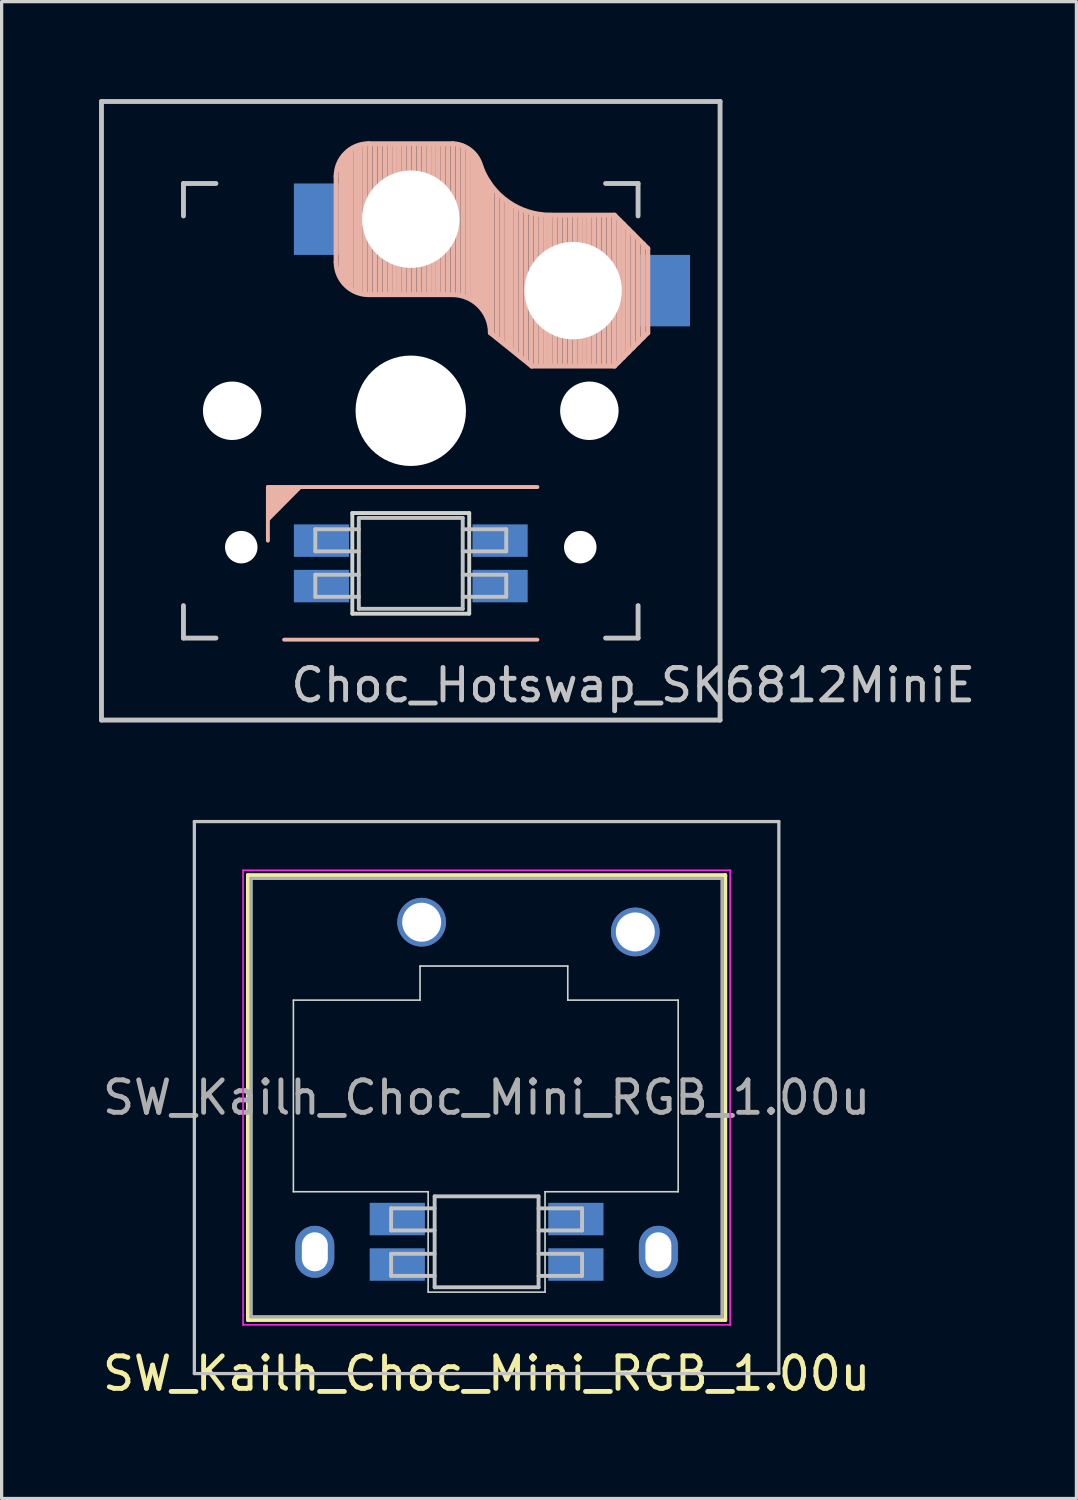
<source format=kicad_pcb>
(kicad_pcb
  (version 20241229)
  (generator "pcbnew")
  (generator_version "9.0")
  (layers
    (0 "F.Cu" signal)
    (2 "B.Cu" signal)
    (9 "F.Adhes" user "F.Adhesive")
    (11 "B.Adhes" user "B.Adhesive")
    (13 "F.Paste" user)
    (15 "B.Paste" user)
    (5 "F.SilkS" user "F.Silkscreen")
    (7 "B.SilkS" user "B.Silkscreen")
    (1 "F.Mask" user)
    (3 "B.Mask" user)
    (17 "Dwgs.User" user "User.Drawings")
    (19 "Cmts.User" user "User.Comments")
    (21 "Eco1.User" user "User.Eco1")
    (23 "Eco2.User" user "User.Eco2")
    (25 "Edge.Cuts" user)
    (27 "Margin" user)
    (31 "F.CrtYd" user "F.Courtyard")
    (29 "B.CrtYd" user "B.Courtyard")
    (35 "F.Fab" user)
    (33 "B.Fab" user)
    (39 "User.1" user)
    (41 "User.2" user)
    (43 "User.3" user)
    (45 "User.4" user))
  (footprint "Choc_Hotswap_SK6812MiniE"
    (layer "F.Cu")
    (at 9.6 9.6)
    (property "Reference" "Choc_Hotswap_SK6812MiniE" (at 6.85 8.45 0) (layer "Dwgs.User") (effects (font (size 1 1) (thickness 0.15))))
    (attr through_hole)
    (fp_line (start -4.4 2.349) (end -4.4 4) (stroke (width 0.12) (type solid)) (layer "B.SilkS"))
    (fp_line (start -3.9 7.049) (end 3.9 7.049) (stroke (width 0.12) (type solid)) (layer "B.SilkS"))
    (fp_line (start -2.3 -4.575) (end -2.3 -7.225) (stroke (width 0.15) (type solid)) (layer "B.SilkS"))
    (fp_line (start -2.15 -7.65) (end -2.15 -4.1) (stroke (width 0.15) (type solid)) (layer "B.SilkS"))
    (fp_line (start -2.05 -7.8) (end -2.05 -4.05) (stroke (width 0.15) (type solid)) (layer "B.SilkS"))
    (fp_line (start -1.95 -7.9) (end -1.95 -3.95) (stroke (width 0.15) (type solid)) (layer "B.SilkS"))
    (fp_line (start -1.85 -8) (end -1.85 -3.8) (stroke (width 0.15) (type solid)) (layer "B.SilkS"))
    (fp_line (start -1.7 -8.1) (end -1.7 -3.7) (stroke (width 0.15) (type solid)) (layer "B.SilkS"))
    (fp_line (start -1.55 -8.15) (end -1.55 -3.65) (stroke (width 0.15) (type solid)) (layer "B.SilkS"))
    (fp_line (start -1.4 -8.2) (end -1.4 -3.65) (stroke (width 0.15) (type solid)) (layer "B.SilkS"))
    (fp_line (start -1.3 -8.225) (end 1.3 -8.225) (stroke (width 0.15) (type solid)) (layer "B.SilkS"))
    (fp_line (start -1.3 -3.575) (end 1.275 -3.575) (stroke (width 0.15) (type solid)) (layer "B.SilkS"))
    (fp_line (start -1.25 -8.2) (end -1.25 -3.6) (stroke (width 0.15) (type solid)) (layer "B.SilkS"))
    (fp_line (start -1.1 -8.2) (end -1.1 -3.6) (stroke (width 0.15) (type solid)) (layer "B.SilkS"))
    (fp_line (start -0.95 -8.2) (end -0.95 -3.6) (stroke (width 0.15) (type solid)) (layer "B.SilkS"))
    (fp_line (start -0.8 -8.2) (end -0.8 -3.6) (stroke (width 0.15) (type solid)) (layer "B.SilkS"))
    (fp_line (start -0.65 -8.2) (end -0.65 -3.6) (stroke (width 0.15) (type solid)) (layer "B.SilkS"))
    (fp_line (start -0.5 -8.2) (end -0.5 -3.6) (stroke (width 0.15) (type solid)) (layer "B.SilkS"))
    (fp_line (start -0.35 -8.2) (end -0.35 -3.6) (stroke (width 0.15) (type solid)) (layer "B.SilkS"))
    (fp_line (start -0.2 -8.2) (end -0.2 -3.6) (stroke (width 0.15) (type solid)) (layer "B.SilkS"))
    (fp_line (start -0.05 -8.2) (end -0.05 -3.6) (stroke (width 0.15) (type solid)) (layer "B.SilkS"))
    (fp_line (start 0.1 -8.2) (end 0.1 -3.6) (stroke (width 0.15) (type solid)) (layer "B.SilkS"))
    (fp_line (start 0.25 -8.2) (end 0.25 -3.6) (stroke (width 0.15) (type solid)) (layer "B.SilkS"))
    (fp_line (start 0.4 -8.2) (end 0.4 -3.6) (stroke (width 0.15) (type solid)) (layer "B.SilkS"))
    (fp_line (start 0.55 -8.2) (end 0.55 -3.6) (stroke (width 0.15) (type solid)) (layer "B.SilkS"))
    (fp_line (start 0.7 -8.2) (end 0.7 -3.6) (stroke (width 0.15) (type solid)) (layer "B.SilkS"))
    (fp_line (start 0.85 -8.2) (end 0.85 -3.6) (stroke (width 0.15) (type solid)) (layer "B.SilkS"))
    (fp_line (start 1 -8.2) (end 1 -3.6) (stroke (width 0.15) (type solid)) (layer "B.SilkS"))
    (fp_line (start 1.15 -8.2) (end 1.15 -3.65) (stroke (width 0.15) (type solid)) (layer "B.SilkS"))
    (fp_line (start 1.3 -8.2) (end 1.3 -3.6) (stroke (width 0.15) (type solid)) (layer "B.SilkS"))
    (fp_line (start 1.45 -8.2) (end 1.45 -3.6) (stroke (width 0.15) (type solid)) (layer "B.SilkS"))
    (fp_line (start 1.6 -8.15) (end 1.6 -3.6) (stroke (width 0.15) (type solid)) (layer "B.SilkS"))
    (fp_line (start 1.75 -8.05) (end 1.75 -3.5) (stroke (width 0.15) (type solid)) (layer "B.SilkS"))
    (fp_line (start 1.9 -7.95) (end 1.9 -3.45) (stroke (width 0.15) (type solid)) (layer "B.SilkS"))
    (fp_line (start 2 -7.8) (end 2 -3.4) (stroke (width 0.15) (type solid)) (layer "B.SilkS"))
    (fp_line (start 2.1 -7.55) (end 2.1 -3.35) (stroke (width 0.15) (type solid)) (layer "B.SilkS"))
    (fp_line (start 2.2 -7.4) (end 2.2 -3.25) (stroke (width 0.15) (type solid)) (layer "B.SilkS"))
    (fp_line (start 2.3 -7.2) (end 2.3 -3.05) (stroke (width 0.15) (type solid)) (layer "B.SilkS"))
    (fp_line (start 2.4 -7.05) (end 2.4 -2.9) (stroke (width 0.15) (type solid)) (layer "B.SilkS"))
    (fp_line (start 2.5 -6.85) (end 2.5 -2.4) (stroke (width 0.15) (type solid)) (layer "B.SilkS"))
    (fp_line (start 2.65 -6.7) (end 2.65 -2.25) (stroke (width 0.15) (type solid)) (layer "B.SilkS"))
    (fp_line (start 2.8 -6.55) (end 2.8 -2.15) (stroke (width 0.15) (type solid)) (layer "B.SilkS"))
    (fp_line (start 2.95 -6.45) (end 2.95 -2.05) (stroke (width 0.15) (type solid)) (layer "B.SilkS"))
    (fp_line (start 3.1 -6.35) (end 3.1 -1.9) (stroke (width 0.15) (type solid)) (layer "B.SilkS"))
    (fp_line (start 3.25 -6.25) (end 3.25 -1.8) (stroke (width 0.15) (type solid)) (layer "B.SilkS"))
    (fp_line (start 3.4 -6.2) (end 3.4 -1.65) (stroke (width 0.15) (type solid)) (layer "B.SilkS"))
    (fp_line (start 3.55 -6.1) (end 3.55 -1.55) (stroke (width 0.15) (type solid)) (layer "B.SilkS"))
    (fp_line (start 3.7 -6.05) (end 3.7 -1.45) (stroke (width 0.15) (type solid)) (layer "B.SilkS"))
    (fp_line (start 3.725 -1.375) (end 2.45 -2.4) (stroke (width 0.15) (type solid)) (layer "B.SilkS"))
    (fp_line (start 3.725 -1.375) (end 6.275 -1.375) (stroke (width 0.15) (type solid)) (layer "B.SilkS"))
    (fp_line (start 3.85 -6.05) (end 3.85 -1.4) (stroke (width 0.15) (type solid)) (layer "B.SilkS"))
    (fp_line (start 3.9 2.349) (end -4.4 2.349) (stroke (width 0.12) (type solid)) (layer "B.SilkS"))
    (fp_line (start 4 -6.05) (end 4 -1.4) (stroke (width 0.15) (type solid)) (layer "B.SilkS"))
    (fp_line (start 4.15 -6) (end 4.15 -1.45) (stroke (width 0.15) (type solid)) (layer "B.SilkS"))
    (fp_line (start 4.3 -6.025) (end 6.275 -6.025) (stroke (width 0.15) (type solid)) (layer "B.SilkS"))
    (fp_line (start 4.3 -6) (end 4.3 -1.4) (stroke (width 0.15) (type solid)) (layer "B.SilkS"))
    (fp_line (start 4.45 -6) (end 4.45 -1.4) (stroke (width 0.15) (type solid)) (layer "B.SilkS"))
    (fp_line (start 4.6 -6) (end 4.6 -1.4) (stroke (width 0.15) (type solid)) (layer "B.SilkS"))
    (fp_line (start 4.75 -6) (end 4.75 -1.4) (stroke (width 0.15) (type solid)) (layer "B.SilkS"))
    (fp_line (start 4.9 -6) (end 4.9 -1.4) (stroke (width 0.15) (type solid)) (layer "B.SilkS"))
    (fp_line (start 5.05 -6) (end 5.05 -1.4) (stroke (width 0.15) (type solid)) (layer "B.SilkS"))
    (fp_line (start 5.2 -6) (end 5.2 -1.4) (stroke (width 0.15) (type solid)) (layer "B.SilkS"))
    (fp_line (start 5.35 -6) (end 5.35 -1.4) (stroke (width 0.15) (type solid)) (layer "B.SilkS"))
    (fp_line (start 5.5 -6) (end 5.5 -1.4) (stroke (width 0.15) (type solid)) (layer "B.SilkS"))
    (fp_line (start 5.65 -6) (end 5.65 -1.4) (stroke (width 0.15) (type solid)) (layer "B.SilkS"))
    (fp_line (start 5.8 -6) (end 5.8 -1.4) (stroke (width 0.15) (type solid)) (layer "B.SilkS"))
    (fp_line (start 5.95 -6) (end 5.95 -1.4) (stroke (width 0.15) (type solid)) (layer "B.SilkS"))
    (fp_line (start 6.1 -6) (end 6.1 -1.4) (stroke (width 0.15) (type solid)) (layer "B.SilkS"))
    (fp_line (start 6.25 -6) (end 6.25 -1.4) (stroke (width 0.15) (type solid)) (layer "B.SilkS"))
    (fp_line (start 6.4 -5.85) (end 6.4 -1.5) (stroke (width 0.15) (type solid)) (layer "B.SilkS"))
    (fp_line (start 6.55 -5.75) (end 6.55 -1.65) (stroke (width 0.15) (type solid)) (layer "B.SilkS"))
    (fp_line (start 6.7 -5.6) (end 6.7 -1.8) (stroke (width 0.15) (type solid)) (layer "B.SilkS"))
    (fp_line (start 6.85 -5.45) (end 6.85 -1.95) (stroke (width 0.15) (type solid)) (layer "B.SilkS"))
    (fp_line (start 7 -5.25) (end 7 -2.1) (stroke (width 0.15) (type solid)) (layer "B.SilkS"))
    (fp_line (start 7.15 -5.15) (end 7.15 -2.25) (stroke (width 0.15) (type solid)) (layer "B.SilkS"))
    (fp_line (start 7.3 -5) (end 6.275 -6.025) (stroke (width 0.15) (type solid)) (layer "B.SilkS"))
    (fp_line (start 7.3 -2.4) (end 6.275 -1.375) (stroke (width 0.15) (type solid)) (layer "B.SilkS"))
    (fp_line (start 7.3 -2.4) (end 7.3 -5) (stroke (width 0.15) (type solid)) (layer "B.SilkS"))
    (fp_arc (start -2.3 -7.225) (mid -2.007107 -7.932107) (end -1.3 -8.225) (stroke (width 0.15) (type solid)) (layer "B.SilkS"))
    (fp_arc (start -1.3 -3.575) (mid -2.007107 -3.867893) (end -2.3 -4.575) (stroke (width 0.15) (type solid)) (layer "B.SilkS"))
    (fp_arc (start 1.275 -3.575) (mid 2.10585 -3.23085) (end 2.45 -2.4) (stroke (width 0.15) (type solid)) (layer "B.SilkS"))
    (fp_arc (start 1.300995 -8.223791) (mid 1.848284 -8.016021) (end 2.162199 -7.521904) (stroke (width 0.15) (type solid)) (layer "B.SilkS"))
    (fp_arc (start 4.3 -6.025) (mid 2.995114 -6.436429) (end 2.162199 -7.521904) (stroke (width 0.15) (type solid)) (layer "B.SilkS"))
    (fp_poly (pts (xy -4.4 3.365) (xy -4.4 2.349) (xy -3.392 2.349)) (stroke (width 0.1) (type solid)) (fill yes) (layer "B.SilkS"))
    (fp_line (start -9.525 -9.525) (end 9.525 -9.525) (stroke (width 0.15) (type solid)) (layer "Dwgs.User"))
    (fp_line (start -9.525 9.525) (end -9.525 -9.525) (stroke (width 0.15) (type solid)) (layer "Dwgs.User"))
    (fp_line (start -7 -7) (end -7 -6) (stroke (width 0.15) (type solid)) (layer "Dwgs.User"))
    (fp_line (start -7 6) (end -7 7) (stroke (width 0.15) (type solid)) (layer "Dwgs.User"))
    (fp_line (start -7 7) (end -6 7) (stroke (width 0.15) (type solid)) (layer "Dwgs.User"))
    (fp_line (start -6 -7) (end -7 -7) (stroke (width 0.15) (type solid)) (layer "Dwgs.User"))
    (fp_line (start -2.94 3.649) (end -2.94 4.329) (stroke (width 0.12) (type solid)) (layer "Dwgs.User"))
    (fp_line (start -2.94 4.329) (end -1.6 4.329) (stroke (width 0.12) (type solid)) (layer "Dwgs.User"))
    (fp_line (start -2.94 5.049) (end -2.94 5.729) (stroke (width 0.12) (type solid)) (layer "Dwgs.User"))
    (fp_line (start -2.94 5.729) (end -1.6 5.729) (stroke (width 0.12) (type solid)) (layer "Dwgs.User"))
    (fp_line (start -1.6 3.299) (end -1.6 6.099) (stroke (width 0.12) (type solid)) (layer "Dwgs.User"))
    (fp_line (start -1.6 3.299) (end 1.6 3.299) (stroke (width 0.12) (type solid)) (layer "Dwgs.User"))
    (fp_line (start -1.6 3.649) (end -2.94 3.649) (stroke (width 0.12) (type solid)) (layer "Dwgs.User"))
    (fp_line (start -1.6 5.049) (end -2.94 5.049) (stroke (width 0.12) (type solid)) (layer "Dwgs.User"))
    (fp_line (start -1.6 6.099) (end 1.6 6.099) (stroke (width 0.12) (type solid)) (layer "Dwgs.User"))
    (fp_line (start 1.6 3.299) (end 1.6 6.099) (stroke (width 0.12) (type solid)) (layer "Dwgs.User"))
    (fp_line (start 1.6 4.329) (end 2.94 4.329) (stroke (width 0.12) (type solid)) (layer "Dwgs.User"))
    (fp_line (start 1.6 5.729) (end 2.94 5.729) (stroke (width 0.12) (type solid)) (layer "Dwgs.User"))
    (fp_line (start 2.94 3.649) (end 1.6 3.649) (stroke (width 0.12) (type solid)) (layer "Dwgs.User"))
    (fp_line (start 2.94 4.329) (end 2.94 3.649) (stroke (width 0.12) (type solid)) (layer "Dwgs.User"))
    (fp_line (start 2.94 5.049) (end 1.6 5.049) (stroke (width 0.12) (type solid)) (layer "Dwgs.User"))
    (fp_line (start 2.94 5.729) (end 2.94 5.049) (stroke (width 0.12) (type solid)) (layer "Dwgs.User"))
    (fp_line (start 6 -7) (end 7 -7) (stroke (width 0.15) (type solid)) (layer "Dwgs.User"))
    (fp_line (start 7 -7) (end 7 -6) (stroke (width 0.15) (type solid)) (layer "Dwgs.User"))
    (fp_line (start 7 6) (end 7 7) (stroke (width 0.15) (type solid)) (layer "Dwgs.User"))
    (fp_line (start 7 7) (end 6 7) (stroke (width 0.15) (type solid)) (layer "Dwgs.User"))
    (fp_line (start 9.525 -9.525) (end 9.525 9.525) (stroke (width 0.15) (type solid)) (layer "Dwgs.User"))
    (fp_line (start 9.525 9.525) (end -9.525 9.525) (stroke (width 0.15) (type solid)) (layer "Dwgs.User"))
    (fp_line (start -1.8 3.149) (end -1.8 6.249) (stroke (width 0.12) (type solid)) (layer "Edge.Cuts"))
    (fp_line (start -1.8 6.249) (end 1.8 6.249) (stroke (width 0.12) (type solid)) (layer "Edge.Cuts"))
    (fp_line (start 1.8 3.149) (end -1.8 3.149) (stroke (width 0.12) (type solid)) (layer "Edge.Cuts"))
    (fp_line (start 1.8 6.249) (end 1.8 3.149) (stroke (width 0.12) (type solid)) (layer "Edge.Cuts"))
    (pad "" np_thru_hole circle (at -5.5 0 270) (size 1.8 1.8) (drill 1.8) (layers "*.Cu" "*.Mask"))
    (pad "" np_thru_hole circle (at -5.22 4.2) (size 1 1) (drill 1) (layers "*.Cu" "*.Mask"))
    (pad "" np_thru_hole circle (at 0 -5.9 270) (size 3 3) (drill 3) (layers "*.Cu" "*.Mask"))
    (pad "" np_thru_hole circle (at 0 0 270) (size 3.4 3.4) (drill 3.4) (layers "*.Cu" "*.Mask"))
    (pad "" np_thru_hole circle (at 5 -3.7 270) (size 3 3) (drill 3) (layers "*.Cu" "*.Mask"))
    (pad "" np_thru_hole circle (at 5.22 4.2) (size 1 1) (drill 1) (layers "*.Cu" "*.Mask"))
    (pad "" np_thru_hole circle (at 5.5 0 270) (size 1.8 1.8) (drill 1.8) (layers "*.Cu" "*.Mask"))
    (pad "1" smd rect (at 2.75 5.399) (size 1.7 1) (layers "B.Cu" "B.Mask" "B.Paste"))
    (pad "2" smd rect (at 2.75 3.999) (size 1.7 1) (layers "B.Cu" "B.Mask" "B.Paste"))
    (pad "3" smd rect (at -2.75 3.999) (size 1.7 1) (layers "B.Cu" "B.Mask" "B.Paste"))
    (pad "4" smd rect (at -2.75 5.399) (size 1.7 1) (layers "B.Cu" "B.Mask" "B.Paste"))
    (pad "5" smd rect (at -2.8 -5.9) (size 1.6 2.2) (layers "B.Cu" "B.Mask" "B.Paste"))
    (pad "6" smd rect (at 7.8 -3.7) (size 1.6 2.2) (layers "B.Cu" "B.Mask" "B.Paste")))
  (footprint "SW_Kailh_Choc_Mini_RGB_1.00u"
    (layer "F.Cu")
    (at 11.935 30.75)
    (property "Reference" "SW_Kailh_Choc_Mini_RGB_1.00u" (at 0 8.5 180) (layer "F.SilkS") (effects (font (size 1 1) (thickness 0.15))))
    (attr through_hole)
    (fp_line (start -7.35 -6.85) (end -7.35 6.85) (stroke (width 0.12) (type solid)) (layer "F.SilkS"))
    (fp_line (start -7.35 6.85) (end 7.35 6.85) (stroke (width 0.12) (type solid)) (layer "F.SilkS"))
    (fp_line (start 7.35 -6.85) (end -7.35 -6.85) (stroke (width 0.12) (type solid)) (layer "F.SilkS"))
    (fp_line (start 7.35 6.85) (end 7.35 -6.85) (stroke (width 0.12) (type solid)) (layer "F.SilkS"))
    (fp_line (start -9 -8.5) (end -9 8.5) (stroke (width 0.1) (type solid)) (layer "Dwgs.User"))
    (fp_line (start -9 8.5) (end 9 8.5) (stroke (width 0.1) (type solid)) (layer "Dwgs.User"))
    (fp_line (start -2.94 3.412) (end -2.94 4.092) (stroke (width 0.12) (type solid)) (layer "Dwgs.User"))
    (fp_line (start -2.94 4.092) (end -1.6 4.092) (stroke (width 0.12) (type solid)) (layer "Dwgs.User"))
    (fp_line (start -2.94 4.812) (end -2.94 5.492) (stroke (width 0.12) (type solid)) (layer "Dwgs.User"))
    (fp_line (start -2.94 5.492) (end -1.6 5.492) (stroke (width 0.12) (type solid)) (layer "Dwgs.User"))
    (fp_line (start -1.6 3.412) (end -2.94 3.412) (stroke (width 0.12) (type solid)) (layer "Dwgs.User"))
    (fp_line (start -1.6 4.812) (end -2.94 4.812) (stroke (width 0.12) (type solid)) (layer "Dwgs.User"))
    (fp_line (start -1.6 5.842) (end -1.6 3.042) (stroke (width 0.12) (type solid)) (layer "Dwgs.User"))
    (fp_line (start 1.6 3.042) (end -1.6 3.042) (stroke (width 0.12) (type solid)) (layer "Dwgs.User"))
    (fp_line (start 1.6 4.092) (end 2.94 4.092) (stroke (width 0.12) (type solid)) (layer "Dwgs.User"))
    (fp_line (start 1.6 5.492) (end 2.94 5.492) (stroke (width 0.12) (type solid)) (layer "Dwgs.User"))
    (fp_line (start 1.6 5.842) (end -1.6 5.842) (stroke (width 0.12) (type solid)) (layer "Dwgs.User"))
    (fp_line (start 1.6 5.842) (end 1.6 3.042) (stroke (width 0.12) (type solid)) (layer "Dwgs.User"))
    (fp_line (start 2.94 3.412) (end 1.6 3.412) (stroke (width 0.12) (type solid)) (layer "Dwgs.User"))
    (fp_line (start 2.94 4.092) (end 2.94 3.412) (stroke (width 0.12) (type solid)) (layer "Dwgs.User"))
    (fp_line (start 2.94 4.812) (end 1.6 4.812) (stroke (width 0.12) (type solid)) (layer "Dwgs.User"))
    (fp_line (start 2.94 5.492) (end 2.94 4.812) (stroke (width 0.12) (type solid)) (layer "Dwgs.User"))
    (fp_line (start 9 -8.5) (end -9 -8.5) (stroke (width 0.1) (type solid)) (layer "Dwgs.User"))
    (fp_line (start 9 8.5) (end 9 -8.5) (stroke (width 0.1) (type solid)) (layer "Dwgs.User"))
    (fp_line (start -6.85 -6.35) (end -6.85 6.35) (stroke (width 0.1) (type solid)) (layer "Eco1.User"))
    (fp_line (start -6.85 6.35) (end 6.85 6.35) (stroke (width 0.1) (type solid)) (layer "Eco1.User"))
    (fp_line (start 6.85 -6.35) (end -6.85 -6.35) (stroke (width 0.1) (type solid)) (layer "Eco1.User"))
    (fp_line (start 6.85 6.35) (end 6.85 -6.35) (stroke (width 0.1) (type solid)) (layer "Eco1.User"))
    (fp_line (start -5.95 -3) (end -5.95 2.9) (stroke (width 0.05) (type solid)) (layer "Edge.Cuts"))
    (fp_line (start -5.95 2.9) (end -1.8 2.9) (stroke (width 0.05) (type solid)) (layer "Edge.Cuts"))
    (fp_line (start -2.05 -4.05) (end -2.05 -3) (stroke (width 0.05) (type solid)) (layer "Edge.Cuts"))
    (fp_line (start -2.05 -3) (end -5.95 -3) (stroke (width 0.05) (type solid)) (layer "Edge.Cuts"))
    (fp_line (start -1.8 2.9) (end -1.8 5.992) (stroke (width 0.05) (type solid)) (layer "Edge.Cuts"))
    (fp_line (start -1.8 5.992) (end 1.8 5.992) (stroke (width 0.05) (type solid)) (layer "Edge.Cuts"))
    (fp_line (start 1.8 2.9) (end 5.9 2.9) (stroke (width 0.05) (type solid)) (layer "Edge.Cuts"))
    (fp_line (start 1.8 5.992) (end 1.8 2.9) (stroke (width 0.05) (type solid)) (layer "Edge.Cuts"))
    (fp_line (start 2.5 -4.05) (end -2.05 -4.05) (stroke (width 0.05) (type solid)) (layer "Edge.Cuts"))
    (fp_line (start 2.5 -3) (end 2.5 -4.05) (stroke (width 0.05) (type solid)) (layer "Edge.Cuts"))
    (fp_line (start 5.9 -3) (end 2.5 -3) (stroke (width 0.05) (type solid)) (layer "Edge.Cuts"))
    (fp_line (start 5.9 2.9) (end 5.9 -3) (stroke (width 0.05) (type solid)) (layer "Edge.Cuts"))
    (fp_line (start -7.5 -7) (end -7.5 7) (stroke (width 0.05) (type solid)) (layer "F.CrtYd"))
    (fp_line (start -7.5 7) (end 7.5 7) (stroke (width 0.05) (type solid)) (layer "F.CrtYd"))
    (fp_line (start 7.5 -7) (end -7.5 -7) (stroke (width 0.05) (type solid)) (layer "F.CrtYd"))
    (fp_line (start 7.5 7) (end 7.5 -7) (stroke (width 0.05) (type solid)) (layer "F.CrtYd"))
    (fp_line (start -7.25 -6.75) (end -7.25 6.75) (stroke (width 0.1) (type solid)) (layer "F.Fab"))
    (fp_line (start -7.25 6.75) (end 7.25 6.75) (stroke (width 0.1) (type solid)) (layer "F.Fab"))
    (fp_line (start 7.25 -6.75) (end -7.25 -6.75) (stroke (width 0.1) (type solid)) (layer "F.Fab"))
    (fp_line (start 7.25 6.75) (end 7.25 -6.75) (stroke (width 0.1) (type solid)) (layer "F.Fab"))
    (fp_text user "${REFERENCE}" (at 0 0 180) (layer "F.Fab") (effects (font (size 1 1) (thickness 0.15))))
    (pad "" np_thru_hole oval (at -5.29 4.75 180) (size 1.2 1.6) (drill oval 0.8 1.2) (layers "*.Cu" "*.Mask"))
    (pad "" smd circle (at -2 -5.4 180) (size 1.25 1.25) (layers "F.Mask"))
    (pad "" smd circle (at 4.58 -5.1 180) (size 1.25 1.25) (layers "F.Mask"))
    (pad "" np_thru_hole oval (at 5.29 4.75 180) (size 1.2 1.6) (drill oval 0.8 1.2) (layers "*.Cu" "*.Mask"))
    (pad "1" smd rect (at -2.75 3.742 180) (size 1.7 1) (layers "B.Cu" "B.Mask" "B.Paste"))
    (pad "2" smd rect (at -2.75 5.142 180) (size 1.7 1) (layers "B.Cu" "B.Mask" "B.Paste"))
    (pad "3" smd rect (at 2.75 5.142 180) (size 1.7 1) (layers "B.Cu" "B.Mask" "B.Paste"))
    (pad "4" smd rect (at 2.75 3.742 180) (size 1.7 1) (layers "B.Cu" "B.Mask" "B.Paste"))
    (pad "5" thru_hole circle (at -2 -5.4 180) (size 1.5 1.5) (drill 1.2) (layers "*.Cu" "B.Mask"))
    (pad "6" thru_hole circle (at 4.58 -5.1 180) (size 1.5 1.5) (drill 1.2) (layers "*.Cu" "B.Mask")))
  (gr_rect
    (start -3 -3)
    (end 30.099 43.098)
    (stroke (width 0.1) (type default))
    (fill no)
    (layer "Edge.Cuts")))
</source>
